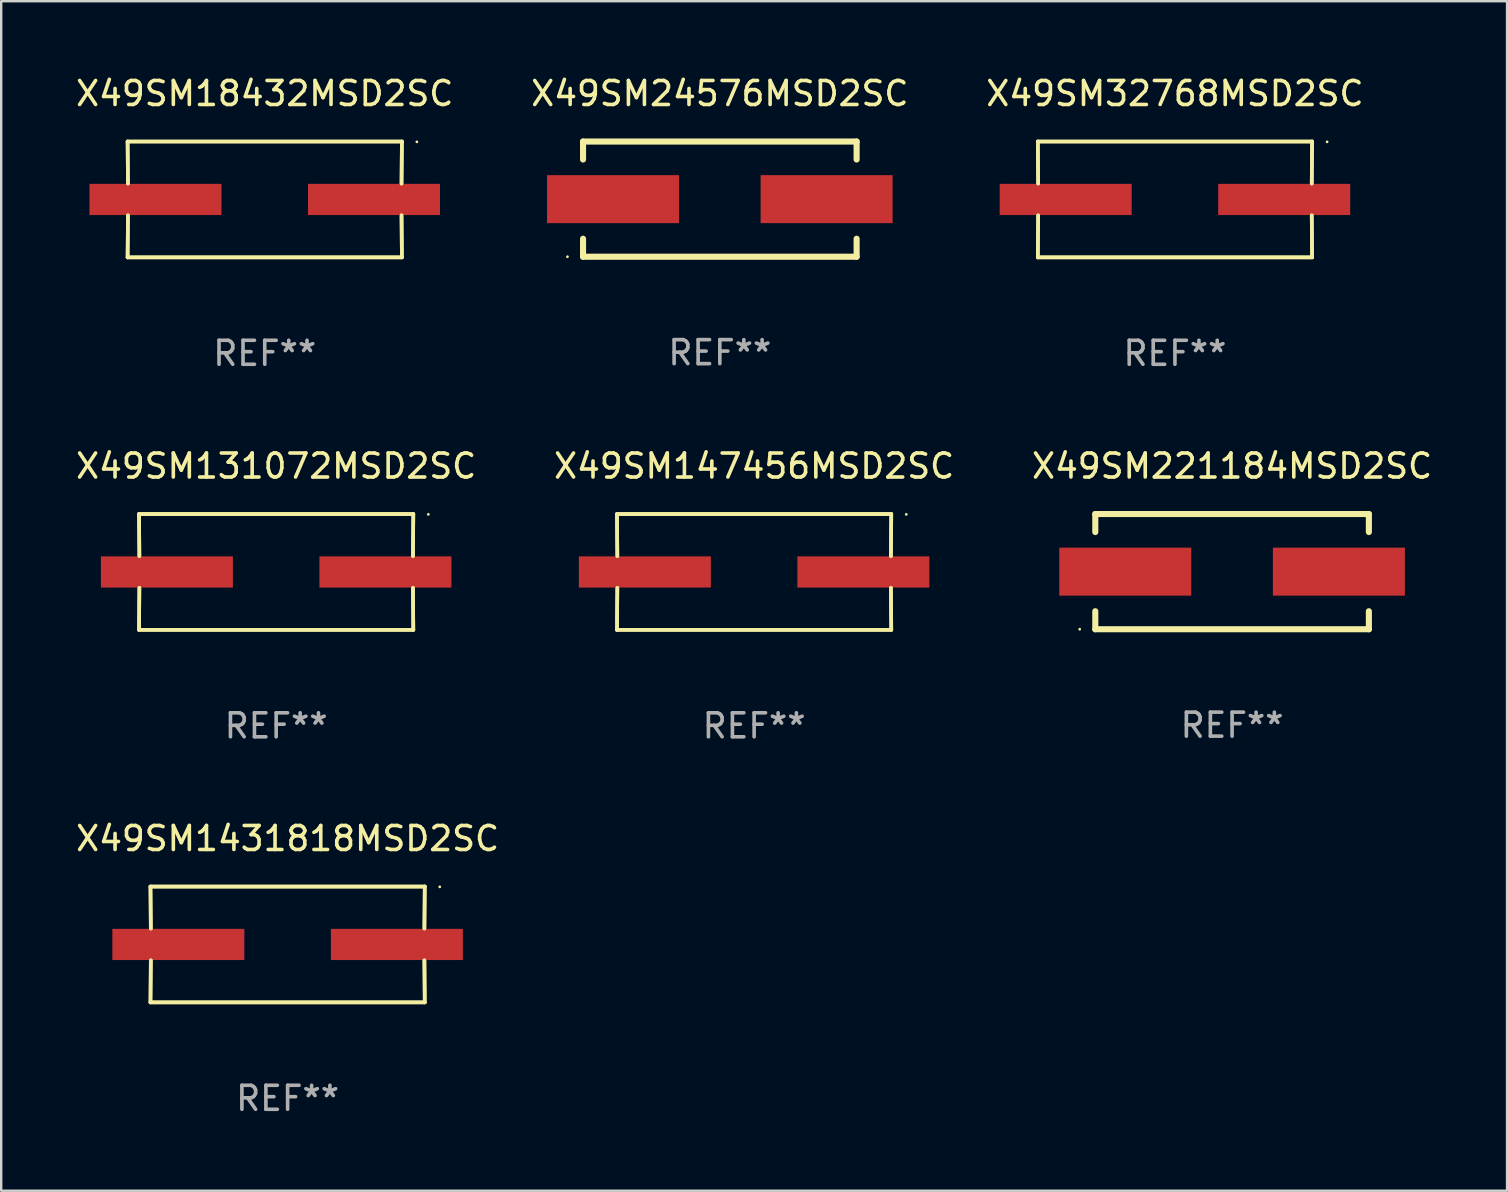
<source format=kicad_pcb>
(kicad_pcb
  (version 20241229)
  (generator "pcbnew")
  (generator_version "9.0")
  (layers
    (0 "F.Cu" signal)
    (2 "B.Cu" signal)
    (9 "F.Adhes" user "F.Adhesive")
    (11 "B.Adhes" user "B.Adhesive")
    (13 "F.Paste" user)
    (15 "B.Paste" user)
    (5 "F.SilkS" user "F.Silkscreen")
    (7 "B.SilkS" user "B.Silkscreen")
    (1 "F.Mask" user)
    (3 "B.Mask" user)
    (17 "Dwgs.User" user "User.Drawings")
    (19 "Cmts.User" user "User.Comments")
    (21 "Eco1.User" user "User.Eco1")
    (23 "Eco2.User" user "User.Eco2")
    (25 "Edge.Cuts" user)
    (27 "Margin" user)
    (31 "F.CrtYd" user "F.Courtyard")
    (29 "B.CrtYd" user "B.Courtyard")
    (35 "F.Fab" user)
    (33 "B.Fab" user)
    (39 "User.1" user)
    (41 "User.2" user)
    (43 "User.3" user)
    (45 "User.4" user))
  (footprint "X49SM221184MSD2SC"
    (layer "F.Cu")
    (at 48.292 20.771)
    (property "Reference" "X49SM221184MSD2SC" (at 0 -4.4 0) (layer "F.SilkS") (effects (font (size 1 1) (thickness 0.15))))
    (attr through_hole)
    (fp_line (start -5.7 -2.4) (end -5.7 -1.65) (stroke (width 0.254) (type solid)) (layer "F.SilkS"))
    (fp_line (start -5.7 2.4) (end -5.7 1.65) (stroke (width 0.254) (type solid)) (layer "F.SilkS"))
    (fp_line (start 5.7 -2.4) (end -5.7 -2.4) (stroke (width 0.254) (type solid)) (layer "F.SilkS"))
    (fp_line (start 5.7 -1.65) (end 5.7 -2.4) (stroke (width 0.254) (type solid)) (layer "F.SilkS"))
    (fp_line (start 5.7 1.65) (end 5.7 2.4) (stroke (width 0.254) (type solid)) (layer "F.SilkS"))
    (fp_line (start 5.7 2.4) (end -5.7 2.4) (stroke (width 0.254) (type solid)) (layer "F.SilkS"))
    (fp_circle (center -6.35 2.4) (end -6.32 2.4) (stroke (width 0.06) (type solid)) (fill no) (layer "F.SilkS"))
    (fp_text user "REF**" (at 0 6.4 0) (layer "F.Fab") (effects (font (size 1 1) (thickness 0.15))))
    (pad "1" smd rect (at -4.45 0.000064) (size 5.5 2) (layers "F.Cu" "F.Mask" "F.Paste"))
    (pad "2" smd rect (at 4.45 0.000064) (size 5.5 2) (layers "F.Cu" "F.Mask" "F.Paste")))
  (footprint "X49SM1431818MSD2SC"
    (layer "F.Cu")
    (at 8.935 36.306)
    (property "Reference" "X49SM1431818MSD2SC" (at 0 -4.413 0) (layer "F.SilkS") (effects (font (size 1 1) (thickness 0.15))))
    (attr through_hole)
    (fp_line (start -5.715 -2.413) (end -5.7 -0.662) (stroke (width 0.152) (type solid)) (layer "F.SilkS"))
    (fp_line (start -5.715 -2.413) (end -5.7 -0.662) (stroke (width 0.152) (type solid)) (layer "F.SilkS"))
    (fp_line (start -5.715 2.413) (end 5.715 2.413) (stroke (width 0.152) (type solid)) (layer "F.SilkS"))
    (fp_line (start -5.715 2.413) (end 5.715 2.413) (stroke (width 0.152) (type solid)) (layer "F.SilkS"))
    (fp_line (start -5.7 0.662) (end -5.715 2.413) (stroke (width 0.152) (type solid)) (layer "F.SilkS"))
    (fp_line (start -5.7 0.662) (end -5.715 2.413) (stroke (width 0.152) (type solid)) (layer "F.SilkS"))
    (fp_line (start 5.7 -0.662) (end 5.715 -2.413) (stroke (width 0.152) (type solid)) (layer "F.SilkS"))
    (fp_line (start 5.7 -0.662) (end 5.715 -2.413) (stroke (width 0.152) (type solid)) (layer "F.SilkS"))
    (fp_line (start 5.715 -2.413) (end -5.715 -2.413) (stroke (width 0.152) (type solid)) (layer "F.SilkS"))
    (fp_line (start 5.715 -2.413) (end -5.715 -2.413) (stroke (width 0.152) (type solid)) (layer "F.SilkS"))
    (fp_line (start 5.715 2.413) (end 5.7 0.662) (stroke (width 0.152) (type solid)) (layer "F.SilkS"))
    (fp_line (start 5.715 2.413) (end 5.7 0.662) (stroke (width 0.152) (type solid)) (layer "F.SilkS"))
    (fp_circle (center 6.34 -2.4) (end 6.37 -2.4) (stroke (width 0.06) (type solid)) (fill no) (layer "F.SilkS"))
    (fp_text user "REF**" (at 0 6.413 0) (layer "F.Fab") (effects (font (size 1 1) (thickness 0.15))))
    (pad "1" smd rect (at 4.553 0) (size 5.5 1.3) (layers "F.Cu" "F.Mask" "F.Paste"))
    (pad "2" smd rect (at -4.553 0) (size 5.5 1.3) (layers "F.Cu" "F.Mask" "F.Paste")))
  (footprint "X49SM32768MSD2SC"
    (layer "F.Cu")
    (at 45.911 5.261)
    (property "Reference" "X49SM32768MSD2SC" (at 0 -4.413 0) (layer "F.SilkS") (effects (font (size 1 1) (thickness 0.15))))
    (attr through_hole)
    (fp_line (start -5.715 -2.413) (end -5.7 -0.662) (stroke (width 0.152) (type solid)) (layer "F.SilkS"))
    (fp_line (start -5.715 -2.413) (end -5.7 -0.662) (stroke (width 0.152) (type solid)) (layer "F.SilkS"))
    (fp_line (start -5.715 2.413) (end 5.715 2.413) (stroke (width 0.152) (type solid)) (layer "F.SilkS"))
    (fp_line (start -5.715 2.413) (end 5.715 2.413) (stroke (width 0.152) (type solid)) (layer "F.SilkS"))
    (fp_line (start -5.7 0.662) (end -5.715 2.413) (stroke (width 0.152) (type solid)) (layer "F.SilkS"))
    (fp_line (start -5.7 0.662) (end -5.715 2.413) (stroke (width 0.152) (type solid)) (layer "F.SilkS"))
    (fp_line (start 5.7 -0.662) (end 5.715 -2.413) (stroke (width 0.152) (type solid)) (layer "F.SilkS"))
    (fp_line (start 5.7 -0.662) (end 5.715 -2.413) (stroke (width 0.152) (type solid)) (layer "F.SilkS"))
    (fp_line (start 5.715 -2.413) (end -5.715 -2.413) (stroke (width 0.152) (type solid)) (layer "F.SilkS"))
    (fp_line (start 5.715 -2.413) (end -5.715 -2.413) (stroke (width 0.152) (type solid)) (layer "F.SilkS"))
    (fp_line (start 5.715 2.413) (end 5.7 0.662) (stroke (width 0.152) (type solid)) (layer "F.SilkS"))
    (fp_line (start 5.715 2.413) (end 5.7 0.662) (stroke (width 0.152) (type solid)) (layer "F.SilkS"))
    (fp_circle (center 6.34 -2.4) (end 6.37 -2.4) (stroke (width 0.06) (type solid)) (fill no) (layer "F.SilkS"))
    (fp_text user "REF**" (at 0 6.413 0) (layer "F.Fab") (effects (font (size 1 1) (thickness 0.15))))
    (pad "1" smd rect (at 4.553 0) (size 5.5 1.3) (layers "F.Cu" "F.Mask" "F.Paste"))
    (pad "2" smd rect (at -4.553 0) (size 5.5 1.3) (layers "F.Cu" "F.Mask" "F.Paste")))
  (footprint "X49SM131072MSD2SC"
    (layer "F.Cu")
    (at 8.458 20.784)
    (property "Reference" "X49SM131072MSD2SC" (at 0 -4.413 0) (layer "F.SilkS") (effects (font (size 1 1) (thickness 0.15))))
    (attr through_hole)
    (fp_line (start -5.715 -2.413) (end -5.7 -0.662) (stroke (width 0.152) (type solid)) (layer "F.SilkS"))
    (fp_line (start -5.715 -2.413) (end -5.7 -0.662) (stroke (width 0.152) (type solid)) (layer "F.SilkS"))
    (fp_line (start -5.715 2.413) (end 5.715 2.413) (stroke (width 0.152) (type solid)) (layer "F.SilkS"))
    (fp_line (start -5.715 2.413) (end 5.715 2.413) (stroke (width 0.152) (type solid)) (layer "F.SilkS"))
    (fp_line (start -5.7 0.662) (end -5.715 2.413) (stroke (width 0.152) (type solid)) (layer "F.SilkS"))
    (fp_line (start -5.7 0.662) (end -5.715 2.413) (stroke (width 0.152) (type solid)) (layer "F.SilkS"))
    (fp_line (start 5.7 -0.662) (end 5.715 -2.413) (stroke (width 0.152) (type solid)) (layer "F.SilkS"))
    (fp_line (start 5.7 -0.662) (end 5.715 -2.413) (stroke (width 0.152) (type solid)) (layer "F.SilkS"))
    (fp_line (start 5.715 -2.413) (end -5.715 -2.413) (stroke (width 0.152) (type solid)) (layer "F.SilkS"))
    (fp_line (start 5.715 -2.413) (end -5.715 -2.413) (stroke (width 0.152) (type solid)) (layer "F.SilkS"))
    (fp_line (start 5.715 2.413) (end 5.7 0.662) (stroke (width 0.152) (type solid)) (layer "F.SilkS"))
    (fp_line (start 5.715 2.413) (end 5.7 0.662) (stroke (width 0.152) (type solid)) (layer "F.SilkS"))
    (fp_circle (center 6.34 -2.4) (end 6.37 -2.4) (stroke (width 0.06) (type solid)) (fill no) (layer "F.SilkS"))
    (fp_text user "REF**" (at 0 6.413 0) (layer "F.Fab") (effects (font (size 1 1) (thickness 0.15))))
    (pad "1" smd rect (at 4.553 0) (size 5.5 1.3) (layers "F.Cu" "F.Mask" "F.Paste"))
    (pad "2" smd rect (at -4.553 0) (size 5.5 1.3) (layers "F.Cu" "F.Mask" "F.Paste")))
  (footprint "X49SM24576MSD2SC"
    (layer "F.Cu")
    (at 26.946 5.248)
    (property "Reference" "X49SM24576MSD2SC" (at 0 -4.4 0) (layer "F.SilkS") (effects (font (size 1 1) (thickness 0.15))))
    (attr through_hole)
    (fp_line (start -5.7 -2.4) (end -5.7 -1.65) (stroke (width 0.254) (type solid)) (layer "F.SilkS"))
    (fp_line (start -5.7 2.4) (end -5.7 1.65) (stroke (width 0.254) (type solid)) (layer "F.SilkS"))
    (fp_line (start 5.7 -2.4) (end -5.7 -2.4) (stroke (width 0.254) (type solid)) (layer "F.SilkS"))
    (fp_line (start 5.7 -1.65) (end 5.7 -2.4) (stroke (width 0.254) (type solid)) (layer "F.SilkS"))
    (fp_line (start 5.7 1.65) (end 5.7 2.4) (stroke (width 0.254) (type solid)) (layer "F.SilkS"))
    (fp_line (start 5.7 2.4) (end -5.7 2.4) (stroke (width 0.254) (type solid)) (layer "F.SilkS"))
    (fp_circle (center -6.35 2.4) (end -6.32 2.4) (stroke (width 0.06) (type solid)) (fill no) (layer "F.SilkS"))
    (fp_text user "REF**" (at 0 6.4 0) (layer "F.Fab") (effects (font (size 1 1) (thickness 0.15))))
    (pad "1" smd rect (at -4.45 0.000064) (size 5.5 2) (layers "F.Cu" "F.Mask" "F.Paste"))
    (pad "2" smd rect (at 4.45 0.000064) (size 5.5 2) (layers "F.Cu" "F.Mask" "F.Paste")))
  (footprint "X49SM147456MSD2SC"
    (layer "F.Cu")
    (at 28.375 20.784)
    (property "Reference" "X49SM147456MSD2SC" (at 0 -4.413 0) (layer "F.SilkS") (effects (font (size 1 1) (thickness 0.15))))
    (attr through_hole)
    (fp_line (start -5.715 -2.413) (end -5.7 -0.662) (stroke (width 0.152) (type solid)) (layer "F.SilkS"))
    (fp_line (start -5.715 -2.413) (end -5.7 -0.662) (stroke (width 0.152) (type solid)) (layer "F.SilkS"))
    (fp_line (start -5.715 2.413) (end 5.715 2.413) (stroke (width 0.152) (type solid)) (layer "F.SilkS"))
    (fp_line (start -5.715 2.413) (end 5.715 2.413) (stroke (width 0.152) (type solid)) (layer "F.SilkS"))
    (fp_line (start -5.7 0.662) (end -5.715 2.413) (stroke (width 0.152) (type solid)) (layer "F.SilkS"))
    (fp_line (start -5.7 0.662) (end -5.715 2.413) (stroke (width 0.152) (type solid)) (layer "F.SilkS"))
    (fp_line (start 5.7 -0.662) (end 5.715 -2.413) (stroke (width 0.152) (type solid)) (layer "F.SilkS"))
    (fp_line (start 5.7 -0.662) (end 5.715 -2.413) (stroke (width 0.152) (type solid)) (layer "F.SilkS"))
    (fp_line (start 5.715 -2.413) (end -5.715 -2.413) (stroke (width 0.152) (type solid)) (layer "F.SilkS"))
    (fp_line (start 5.715 -2.413) (end -5.715 -2.413) (stroke (width 0.152) (type solid)) (layer "F.SilkS"))
    (fp_line (start 5.715 2.413) (end 5.7 0.662) (stroke (width 0.152) (type solid)) (layer "F.SilkS"))
    (fp_line (start 5.715 2.413) (end 5.7 0.662) (stroke (width 0.152) (type solid)) (layer "F.SilkS"))
    (fp_circle (center 6.34 -2.4) (end 6.37 -2.4) (stroke (width 0.06) (type solid)) (fill no) (layer "F.SilkS"))
    (fp_text user "REF**" (at 0 6.413 0) (layer "F.Fab") (effects (font (size 1 1) (thickness 0.15))))
    (pad "1" smd rect (at 4.553 0) (size 5.5 1.3) (layers "F.Cu" "F.Mask" "F.Paste"))
    (pad "2" smd rect (at -4.553 0) (size 5.5 1.3) (layers "F.Cu" "F.Mask" "F.Paste")))
  (footprint "X49SM18432MSD2SC"
    (layer "F.Cu")
    (at 7.982 5.261)
    (property "Reference" "X49SM18432MSD2SC" (at 0 -4.413 0) (layer "F.SilkS") (effects (font (size 1 1) (thickness 0.15))))
    (attr through_hole)
    (fp_line (start -5.715 -2.413) (end -5.7 -0.662) (stroke (width 0.152) (type solid)) (layer "F.SilkS"))
    (fp_line (start -5.715 -2.413) (end -5.7 -0.662) (stroke (width 0.152) (type solid)) (layer "F.SilkS"))
    (fp_line (start -5.715 2.413) (end 5.715 2.413) (stroke (width 0.152) (type solid)) (layer "F.SilkS"))
    (fp_line (start -5.715 2.413) (end 5.715 2.413) (stroke (width 0.152) (type solid)) (layer "F.SilkS"))
    (fp_line (start -5.7 0.662) (end -5.715 2.413) (stroke (width 0.152) (type solid)) (layer "F.SilkS"))
    (fp_line (start -5.7 0.662) (end -5.715 2.413) (stroke (width 0.152) (type solid)) (layer "F.SilkS"))
    (fp_line (start 5.7 -0.662) (end 5.715 -2.413) (stroke (width 0.152) (type solid)) (layer "F.SilkS"))
    (fp_line (start 5.7 -0.662) (end 5.715 -2.413) (stroke (width 0.152) (type solid)) (layer "F.SilkS"))
    (fp_line (start 5.715 -2.413) (end -5.715 -2.413) (stroke (width 0.152) (type solid)) (layer "F.SilkS"))
    (fp_line (start 5.715 -2.413) (end -5.715 -2.413) (stroke (width 0.152) (type solid)) (layer "F.SilkS"))
    (fp_line (start 5.715 2.413) (end 5.7 0.662) (stroke (width 0.152) (type solid)) (layer "F.SilkS"))
    (fp_line (start 5.715 2.413) (end 5.7 0.662) (stroke (width 0.152) (type solid)) (layer "F.SilkS"))
    (fp_circle (center 6.34 -2.4) (end 6.37 -2.4) (stroke (width 0.06) (type solid)) (fill no) (layer "F.SilkS"))
    (fp_text user "REF**" (at 0 6.413 0) (layer "F.Fab") (effects (font (size 1 1) (thickness 0.15))))
    (pad "1" smd rect (at 4.553 0) (size 5.5 1.3) (layers "F.Cu" "F.Mask" "F.Paste"))
    (pad "2" smd rect (at -4.553 0) (size 5.5 1.3) (layers "F.Cu" "F.Mask" "F.Paste")))
  (gr_rect
    (start -3 -3)
    (end 59.75 46.568)
    (stroke (width 0.1) (type default))
    (fill no)
    (layer "Edge.Cuts")))
</source>
